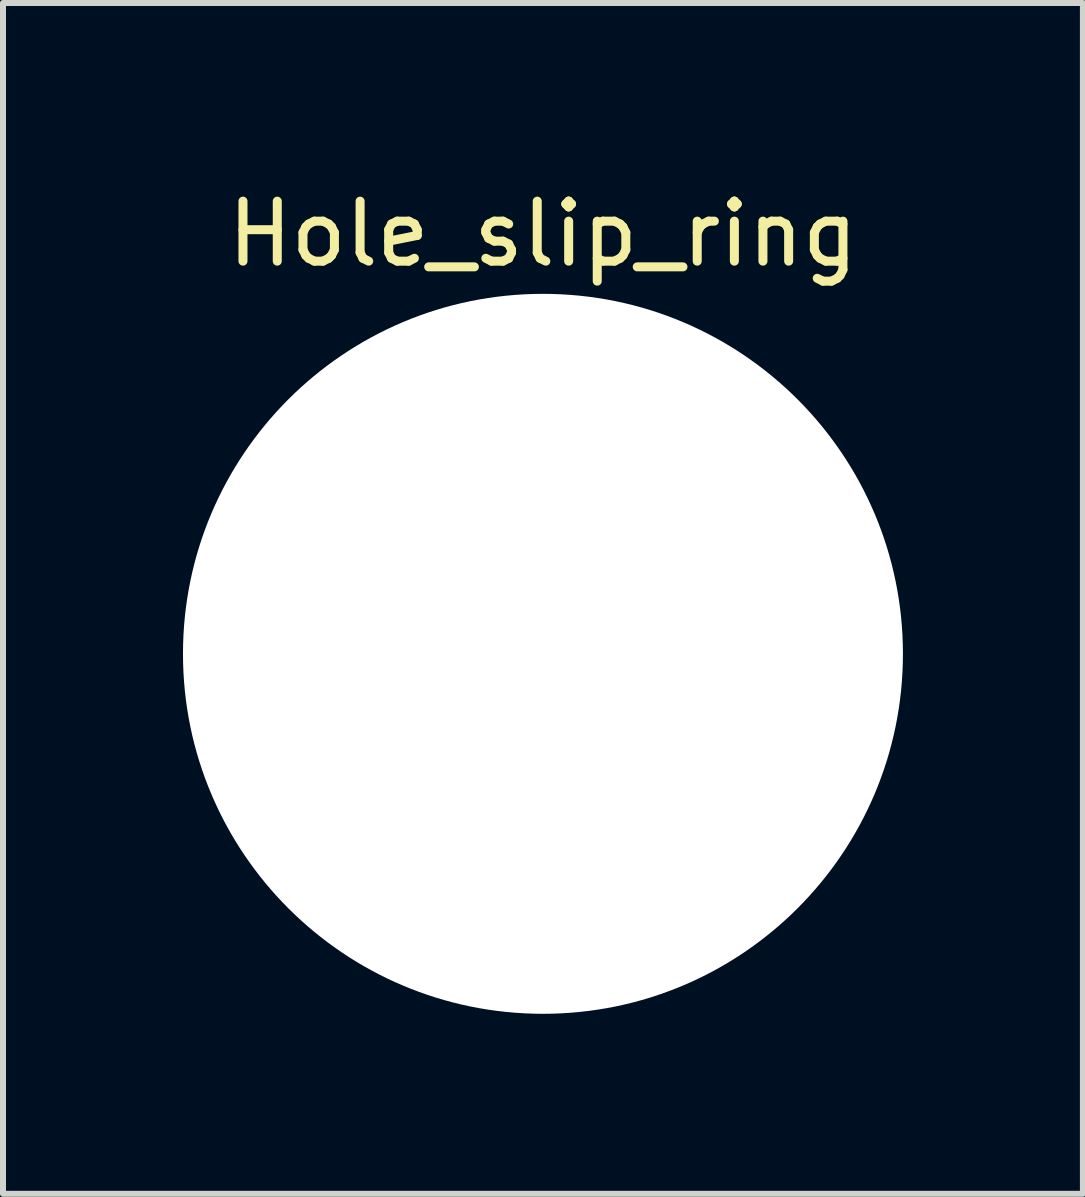
<source format=kicad_pcb>
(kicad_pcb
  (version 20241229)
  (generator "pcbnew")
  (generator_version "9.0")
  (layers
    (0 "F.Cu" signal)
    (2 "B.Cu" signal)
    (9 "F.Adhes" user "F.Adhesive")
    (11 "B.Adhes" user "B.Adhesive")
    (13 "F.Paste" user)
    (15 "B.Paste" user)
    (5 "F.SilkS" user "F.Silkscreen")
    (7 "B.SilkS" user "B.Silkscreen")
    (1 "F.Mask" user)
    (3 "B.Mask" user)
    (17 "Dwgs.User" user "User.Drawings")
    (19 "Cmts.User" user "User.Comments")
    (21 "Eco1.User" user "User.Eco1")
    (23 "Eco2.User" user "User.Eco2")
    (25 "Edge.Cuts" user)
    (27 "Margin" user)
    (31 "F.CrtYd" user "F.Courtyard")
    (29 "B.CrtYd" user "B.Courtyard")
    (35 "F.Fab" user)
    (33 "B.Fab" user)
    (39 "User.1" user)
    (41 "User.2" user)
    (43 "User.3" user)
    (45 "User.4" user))
  (footprint "Hole_slip_ring"
    (layer "F.Cu")
    (at 6 7.848)
    (property "Reference" "Hole_slip_ring" (at 0 -7 0) (layer "F.SilkS") (effects (font (size 1 1) (thickness 0.15))))
    (attr through_hole)
    (pad "" np_thru_hole circle (at 0 0) (size 12 12) (drill 12) (layers "*.Cu" "*.Mask")))
  (gr_rect
    (start -3 -3)
    (end 15 16.848)
    (stroke (width 0.1) (type default))
    (fill no)
    (layer "Edge.Cuts")))
</source>
